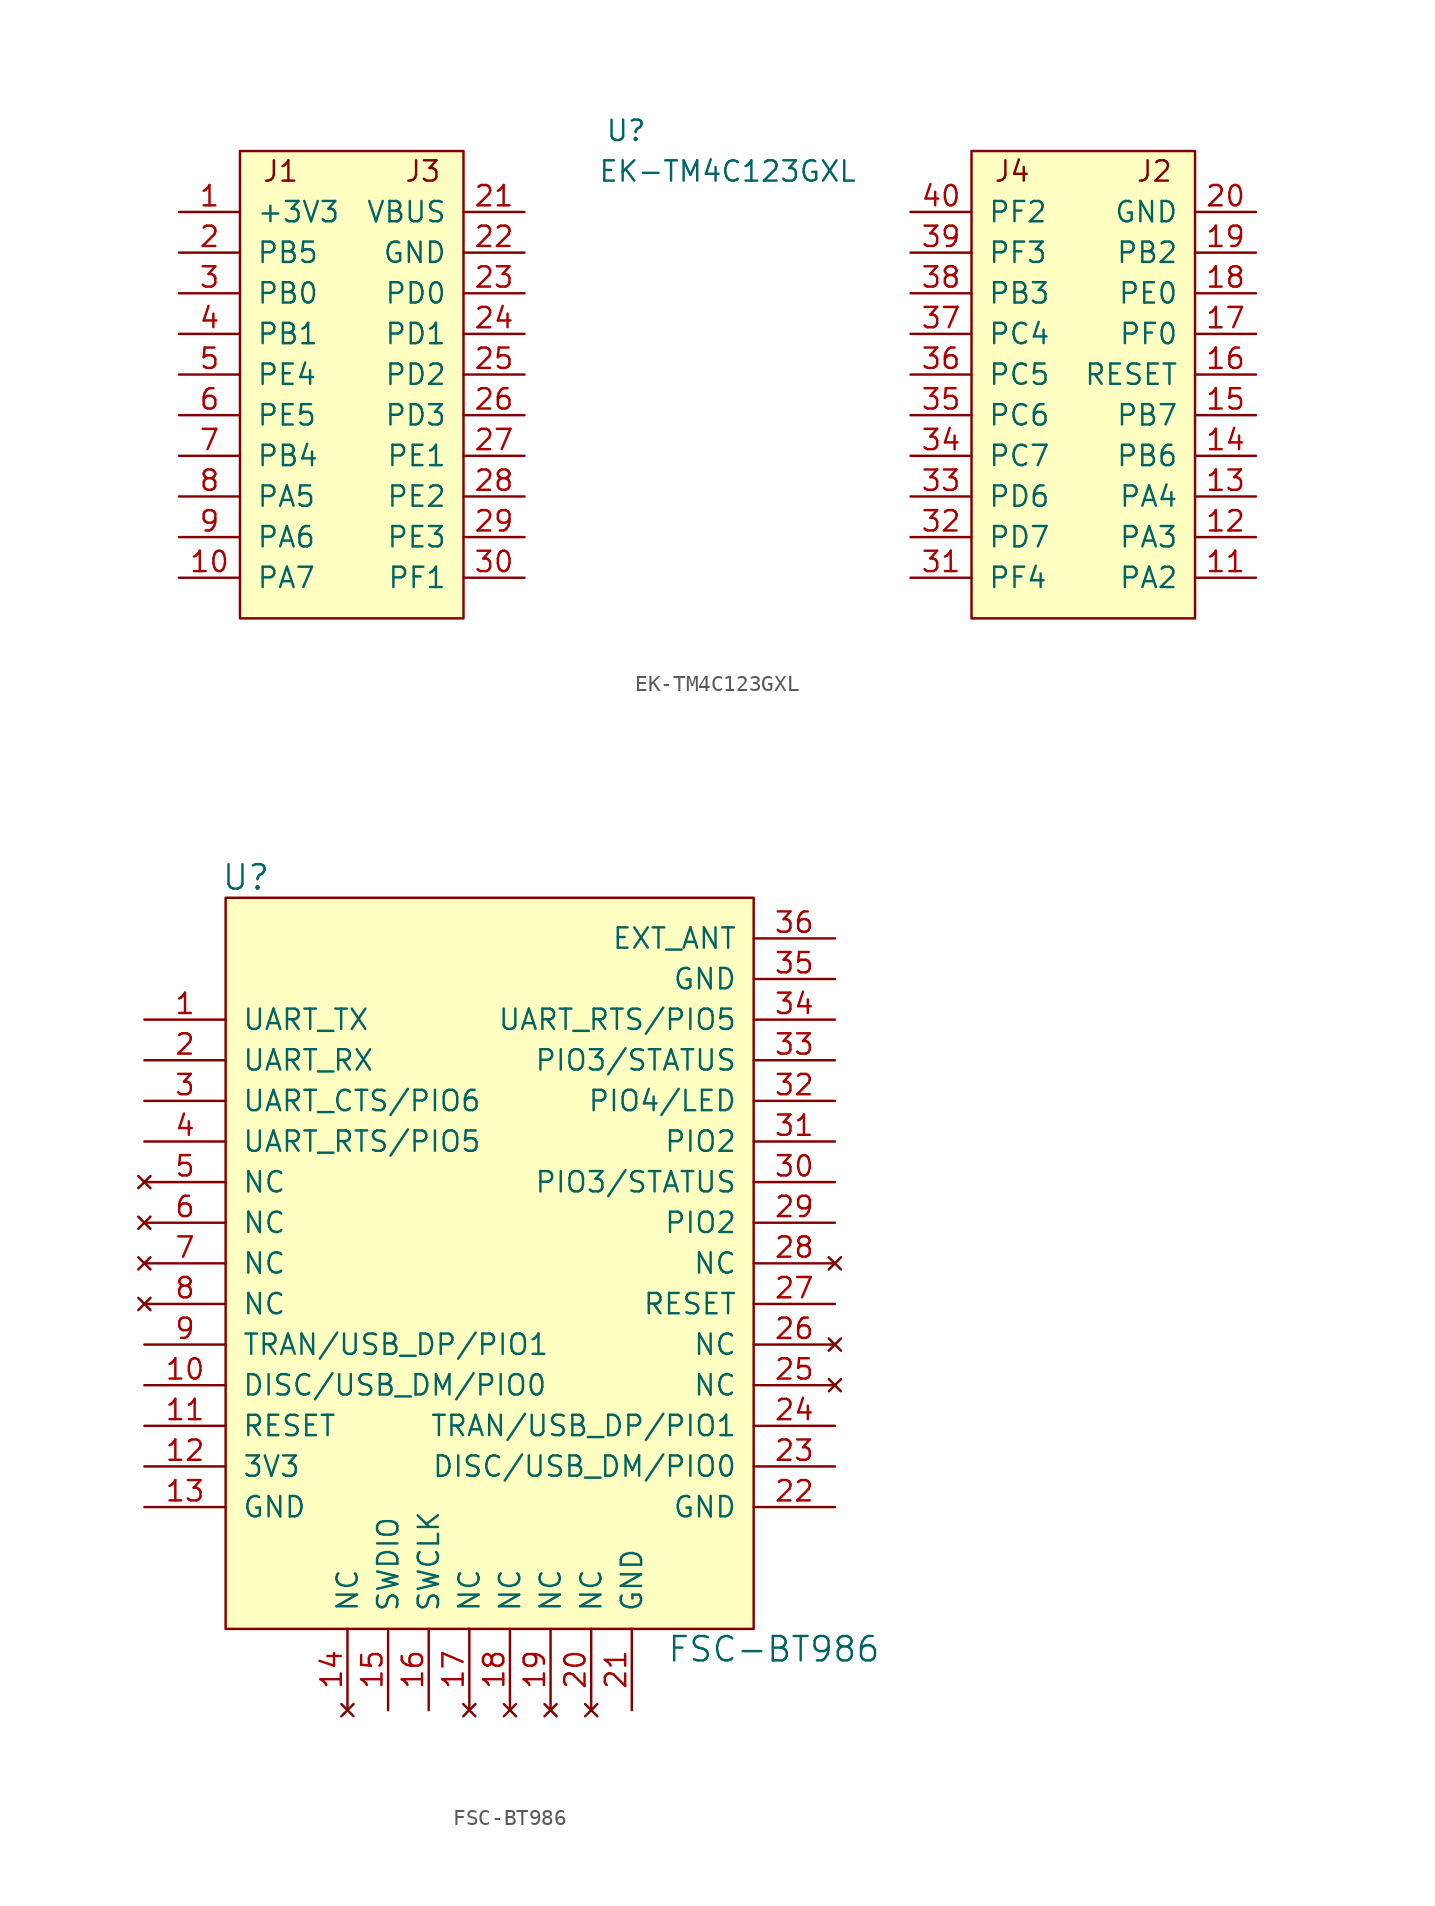
<source format=kicad_sym>
(kicad_symbol_lib
  (version 20211014)
  (generator kicad_symbol_editor)
  (symbol "EK-TM4C123GXL"
    (pin_names
      (offset 1.016))
    (property "Reference" "U"
      (at -6.35 16.51 0)
      (effects (font (size 1.27 1.27))))
    (property "Value" "EK-TM4C123GXL"
      (at 0 13.97 0)
      (effects (font (size 1.27 1.27))))
    (symbol "EK-TM4C123GXL_0_0"
      (rectangle (start 29.21 -13.97) (end 15.24 15.24) (stroke (width 0) (type default) (color 0 0 0 0)) (fill (type background)))
      (text "J1" (at -27.94 13.97 0) (effects (font (size 1.27 1.27))))
      (text "J2" (at 26.67 13.97 0) (effects (font (size 1.27 1.27))))
      (text "J3" (at -19.05 13.97 0) (effects (font (size 1.27 1.27))))
      (text "J4" (at 17.78 13.97 0) (effects (font (size 1.27 1.27)))))
    (symbol "EK-TM4C123GXL_1_1"
      (rectangle (start -16.51 -13.97) (end -30.48 15.24) (stroke (width 0) (type default) (color 0 0 0 0)) (fill (type background)))
      (pin power_in line (at -34.29 11.43 0) (length 3.81) (name "+3V3" (effects (font (size 1.27 1.27)))) (number "1" (effects (font (size 1.27 1.27)))))
      (pin bidirectional line (at -34.29 -11.43 0) (length 3.81) (name "PA7" (effects (font (size 1.27 1.27)))) (number "10" (effects (font (size 1.27 1.27)))))
      (pin bidirectional line (at 33.02 -11.43 180) (length 3.81) (name "PA2" (effects (font (size 1.27 1.27)))) (number "11" (effects (font (size 1.27 1.27)))))
      (pin bidirectional line (at 33.02 -8.89 180) (length 3.81) (name "PA3" (effects (font (size 1.27 1.27)))) (number "12" (effects (font (size 1.27 1.27)))))
      (pin bidirectional line (at 33.02 -6.35 180) (length 3.81) (name "PA4" (effects (font (size 1.27 1.27)))) (number "13" (effects (font (size 1.27 1.27)))))
      (pin bidirectional line (at 33.02 -3.81 180) (length 3.81) (name "PB6" (effects (font (size 1.27 1.27)))) (number "14" (effects (font (size 1.27 1.27)))))
      (pin bidirectional line (at 33.02 -1.27 180) (length 3.81) (name "PB7" (effects (font (size 1.27 1.27)))) (number "15" (effects (font (size 1.27 1.27)))))
      (pin input line (at 33.02 1.27 180) (length 3.81) (name "RESET" (effects (font (size 1.27 1.27)))) (number "16" (effects (font (size 1.27 1.27)))))
      (pin bidirectional line (at 33.02 3.81 180) (length 3.81) (name "PF0" (effects (font (size 1.27 1.27)))) (number "17" (effects (font (size 1.27 1.27)))))
      (pin bidirectional line (at 33.02 6.35 180) (length 3.81) (name "PE0" (effects (font (size 1.27 1.27)))) (number "18" (effects (font (size 1.27 1.27)))))
      (pin bidirectional line (at 33.02 8.89 180) (length 3.81) (name "PB2" (effects (font (size 1.27 1.27)))) (number "19" (effects (font (size 1.27 1.27)))))
      (pin bidirectional line (at -34.29 8.89 0) (length 3.81) (name "PB5" (effects (font (size 1.27 1.27)))) (number "2" (effects (font (size 1.27 1.27)))))
      (pin power_in line (at 33.02 11.43 180) (length 3.81) (name "GND" (effects (font (size 1.27 1.27)))) (number "20" (effects (font (size 1.27 1.27)))))
      (pin power_in line (at -12.7 11.43 180) (length 3.81) (name "VBUS" (effects (font (size 1.27 1.27)))) (number "21" (effects (font (size 1.27 1.27)))))
      (pin power_in line (at -12.7 8.89 180) (length 3.81) (name "GND" (effects (font (size 1.27 1.27)))) (number "22" (effects (font (size 1.27 1.27)))))
      (pin bidirectional line (at -12.7 6.35 180) (length 3.81) (name "PD0" (effects (font (size 1.27 1.27)))) (number "23" (effects (font (size 1.27 1.27)))))
      (pin bidirectional line (at -12.7 3.81 180) (length 3.81) (name "PD1" (effects (font (size 1.27 1.27)))) (number "24" (effects (font (size 1.27 1.27)))))
      (pin bidirectional line (at -12.7 1.27 180) (length 3.81) (name "PD2" (effects (font (size 1.27 1.27)))) (number "25" (effects (font (size 1.27 1.27)))))
      (pin bidirectional line (at -12.7 -1.27 180) (length 3.81) (name "PD3" (effects (font (size 1.27 1.27)))) (number "26" (effects (font (size 1.27 1.27)))))
      (pin bidirectional line (at -12.7 -3.81 180) (length 3.81) (name "PE1" (effects (font (size 1.27 1.27)))) (number "27" (effects (font (size 1.27 1.27)))))
      (pin bidirectional line (at -12.7 -6.35 180) (length 3.81) (name "PE2" (effects (font (size 1.27 1.27)))) (number "28" (effects (font (size 1.27 1.27)))))
      (pin bidirectional line (at -12.7 -8.89 180) (length 3.81) (name "PE3" (effects (font (size 1.27 1.27)))) (number "29" (effects (font (size 1.27 1.27)))))
      (pin bidirectional line (at -34.29 6.35 0) (length 3.81) (name "PB0" (effects (font (size 1.27 1.27)))) (number "3" (effects (font (size 1.27 1.27)))))
      (pin bidirectional line (at -12.7 -11.43 180) (length 3.81) (name "PF1" (effects (font (size 1.27 1.27)))) (number "30" (effects (font (size 1.27 1.27)))))
      (pin bidirectional line (at 11.43 -11.43 0) (length 3.81) (name "PF4" (effects (font (size 1.27 1.27)))) (number "31" (effects (font (size 1.27 1.27)))))
      (pin bidirectional line (at 11.43 -8.89 0) (length 3.81) (name "PD7" (effects (font (size 1.27 1.27)))) (number "32" (effects (font (size 1.27 1.27)))))
      (pin bidirectional line (at 11.43 -6.35 0) (length 3.81) (name "PD6" (effects (font (size 1.27 1.27)))) (number "33" (effects (font (size 1.27 1.27)))))
      (pin bidirectional line (at 11.43 -3.81 0) (length 3.81) (name "PC7" (effects (font (size 1.27 1.27)))) (number "34" (effects (font (size 1.27 1.27)))))
      (pin bidirectional line (at 11.43 -1.27 0) (length 3.81) (name "PC6" (effects (font (size 1.27 1.27)))) (number "35" (effects (font (size 1.27 1.27)))))
      (pin bidirectional line (at 11.43 1.27 0) (length 3.81) (name "PC5" (effects (font (size 1.27 1.27)))) (number "36" (effects (font (size 1.27 1.27)))))
      (pin bidirectional line (at 11.43 3.81 0) (length 3.81) (name "PC4" (effects (font (size 1.27 1.27)))) (number "37" (effects (font (size 1.27 1.27)))))
      (pin bidirectional line (at 11.43 6.35 0) (length 3.81) (name "PB3" (effects (font (size 1.27 1.27)))) (number "38" (effects (font (size 1.27 1.27)))))
      (pin bidirectional line (at 11.43 8.89 0) (length 3.81) (name "PF3" (effects (font (size 1.27 1.27)))) (number "39" (effects (font (size 1.27 1.27)))))
      (pin bidirectional line (at -34.29 3.81 0) (length 3.81) (name "PB1" (effects (font (size 1.27 1.27)))) (number "4" (effects (font (size 1.27 1.27)))))
      (pin bidirectional line (at 11.43 11.43 0) (length 3.81) (name "PF2" (effects (font (size 1.27 1.27)))) (number "40" (effects (font (size 1.27 1.27)))))
      (pin bidirectional line (at -34.29 1.27 0) (length 3.81) (name "PE4" (effects (font (size 1.27 1.27)))) (number "5" (effects (font (size 1.27 1.27)))))
      (pin bidirectional line (at -34.29 -1.27 0) (length 3.81) (name "PE5" (effects (font (size 1.27 1.27)))) (number "6" (effects (font (size 1.27 1.27)))))
      (pin bidirectional line (at -34.29 -3.81 0) (length 3.81) (name "PB4" (effects (font (size 1.27 1.27)))) (number "7" (effects (font (size 1.27 1.27)))))
      (pin bidirectional line (at -34.29 -6.35 0) (length 3.81) (name "PA5" (effects (font (size 1.27 1.27)))) (number "8" (effects (font (size 1.27 1.27)))))
      (pin bidirectional line (at -34.29 -8.89 0) (length 3.81) (name "PA6" (effects (font (size 1.27 1.27)))) (number "9" (effects (font (size 1.27 1.27)))))))
  (symbol "FSC-BT986"
    (pin_names
      (offset 1.016))
    (property "Reference" "U"
      (at -15.24 24.13 0)
      (effects (font (size 1.524 1.524))))
    (property "Value" "FSC-BT986"
      (at 17.78 -24.13 0)
      (effects (font (size 1.524 1.524))))
    (symbol "FSC-BT986_0_1"
      (rectangle (start -16.51 22.86) (end 16.51 -22.86) (stroke (width 0) (type default) (color 0 0 0 0)) (fill (type background))))
    (symbol "FSC-BT986_1_1"
      (pin output line (at -21.59 15.24 0) (length 5.08) (name "UART_TX" (effects (font (size 1.27 1.27)))) (number "1" (effects (font (size 1.27 1.27)))))
      (pin bidirectional line (at -21.59 -7.62 0) (length 5.08) (name "DISC/USB_DM/PIO0" (effects (font (size 1.27 1.27)))) (number "10" (effects (font (size 1.27 1.27)))))
      (pin input line (at -21.59 -10.16 0) (length 5.08) (name "RESET" (effects (font (size 1.27 1.27)))) (number "11" (effects (font (size 1.27 1.27)))))
      (pin power_in line (at -21.59 -12.7 0) (length 5.08) (name "3V3" (effects (font (size 1.27 1.27)))) (number "12" (effects (font (size 1.27 1.27)))))
      (pin power_in line (at -21.59 -15.24 0) (length 5.08) (name "GND" (effects (font (size 1.27 1.27)))) (number "13" (effects (font (size 1.27 1.27)))))
      (pin no_connect line (at -8.89 -27.94 90) (length 5.08) (name "NC" (effects (font (size 1.27 1.27)))) (number "14" (effects (font (size 1.27 1.27)))))
      (pin bidirectional line (at -6.35 -27.94 90) (length 5.08) (name "SWDIO" (effects (font (size 1.27 1.27)))) (number "15" (effects (font (size 1.27 1.27)))))
      (pin bidirectional line (at -3.81 -27.94 90) (length 5.08) (name "SWCLK" (effects (font (size 1.27 1.27)))) (number "16" (effects (font (size 1.27 1.27)))))
      (pin no_connect line (at -1.27 -27.94 90) (length 5.08) (name "NC" (effects (font (size 1.27 1.27)))) (number "17" (effects (font (size 1.27 1.27)))))
      (pin no_connect line (at 1.27 -27.94 90) (length 5.08) (name "NC" (effects (font (size 1.27 1.27)))) (number "18" (effects (font (size 1.27 1.27)))))
      (pin no_connect line (at 3.81 -27.94 90) (length 5.08) (name "NC" (effects (font (size 1.27 1.27)))) (number "19" (effects (font (size 1.27 1.27)))))
      (pin input line (at -21.59 12.7 0) (length 5.08) (name "UART_RX" (effects (font (size 1.27 1.27)))) (number "2" (effects (font (size 1.27 1.27)))))
      (pin no_connect line (at 6.35 -27.94 90) (length 5.08) (name "NC" (effects (font (size 1.27 1.27)))) (number "20" (effects (font (size 1.27 1.27)))))
      (pin power_in line (at 8.89 -27.94 90) (length 5.08) (name "GND" (effects (font (size 1.27 1.27)))) (number "21" (effects (font (size 1.27 1.27)))))
      (pin power_in line (at 21.59 -15.24 180) (length 5.08) (name "GND" (effects (font (size 1.27 1.27)))) (number "22" (effects (font (size 1.27 1.27)))))
      (pin bidirectional line (at 21.59 -12.7 180) (length 5.08) (name "DISC/USB_DM/PIO0" (effects (font (size 1.27 1.27)))) (number "23" (effects (font (size 1.27 1.27)))))
      (pin bidirectional line (at 21.59 -10.16 180) (length 5.08) (name "TRAN/USB_DP/PIO1" (effects (font (size 1.27 1.27)))) (number "24" (effects (font (size 1.27 1.27)))))
      (pin no_connect line (at 21.59 -7.62 180) (length 5.08) (name "NC" (effects (font (size 1.27 1.27)))) (number "25" (effects (font (size 1.27 1.27)))))
      (pin no_connect line (at 21.59 -5.08 180) (length 5.08) (name "NC" (effects (font (size 1.27 1.27)))) (number "26" (effects (font (size 1.27 1.27)))))
      (pin input line (at 21.59 -2.54 180) (length 5.08) (name "RESET" (effects (font (size 1.27 1.27)))) (number "27" (effects (font (size 1.27 1.27)))))
      (pin no_connect line (at 21.59 0 180) (length 5.08) (name "NC" (effects (font (size 1.27 1.27)))) (number "28" (effects (font (size 1.27 1.27)))))
      (pin bidirectional line (at 21.59 2.54 180) (length 5.08) (name "PIO2" (effects (font (size 1.27 1.27)))) (number "29" (effects (font (size 1.27 1.27)))))
      (pin output line (at -21.59 10.16 0) (length 5.08) (name "UART_CTS/PIO6" (effects (font (size 1.27 1.27)))) (number "3" (effects (font (size 1.27 1.27)))))
      (pin bidirectional line (at 21.59 5.08 180) (length 5.08) (name "PIO3/STATUS" (effects (font (size 1.27 1.27)))) (number "30" (effects (font (size 1.27 1.27)))))
      (pin bidirectional line (at 21.59 7.62 180) (length 5.08) (name "PIO2" (effects (font (size 1.27 1.27)))) (number "31" (effects (font (size 1.27 1.27)))))
      (pin bidirectional line (at 21.59 10.16 180) (length 5.08) (name "PIO4/LED" (effects (font (size 1.27 1.27)))) (number "32" (effects (font (size 1.27 1.27)))))
      (pin bidirectional line (at 21.59 12.7 180) (length 5.08) (name "PIO3/STATUS" (effects (font (size 1.27 1.27)))) (number "33" (effects (font (size 1.27 1.27)))))
      (pin bidirectional line (at 21.59 15.24 180) (length 5.08) (name "UART_RTS/PIO5" (effects (font (size 1.27 1.27)))) (number "34" (effects (font (size 1.27 1.27)))))
      (pin power_in line (at 21.59 17.78 180) (length 5.08) (name "GND" (effects (font (size 1.27 1.27)))) (number "35" (effects (font (size 1.27 1.27)))))
      (pin input line (at 21.59 20.32 180) (length 5.08) (name "EXT_ANT" (effects (font (size 1.27 1.27)))) (number "36" (effects (font (size 1.27 1.27)))))
      (pin input line (at -21.59 7.62 0) (length 5.08) (name "UART_RTS/PIO5" (effects (font (size 1.27 1.27)))) (number "4" (effects (font (size 1.27 1.27)))))
      (pin no_connect line (at -21.59 5.08 0) (length 5.08) (name "NC" (effects (font (size 1.27 1.27)))) (number "5" (effects (font (size 1.27 1.27)))))
      (pin no_connect line (at -21.59 2.54 0) (length 5.08) (name "NC" (effects (font (size 1.27 1.27)))) (number "6" (effects (font (size 1.27 1.27)))))
      (pin no_connect line (at -21.59 0 0) (length 5.08) (name "NC" (effects (font (size 1.27 1.27)))) (number "7" (effects (font (size 1.27 1.27)))))
      (pin no_connect line (at -21.59 -2.54 0) (length 5.08) (name "NC" (effects (font (size 1.27 1.27)))) (number "8" (effects (font (size 1.27 1.27)))))
      (pin bidirectional line (at -21.59 -5.08 0) (length 5.08) (name "TRAN/USB_DP/PIO1" (effects (font (size 1.27 1.27)))) (number "9" (effects (font (size 1.27 1.27))))))))
</source>
